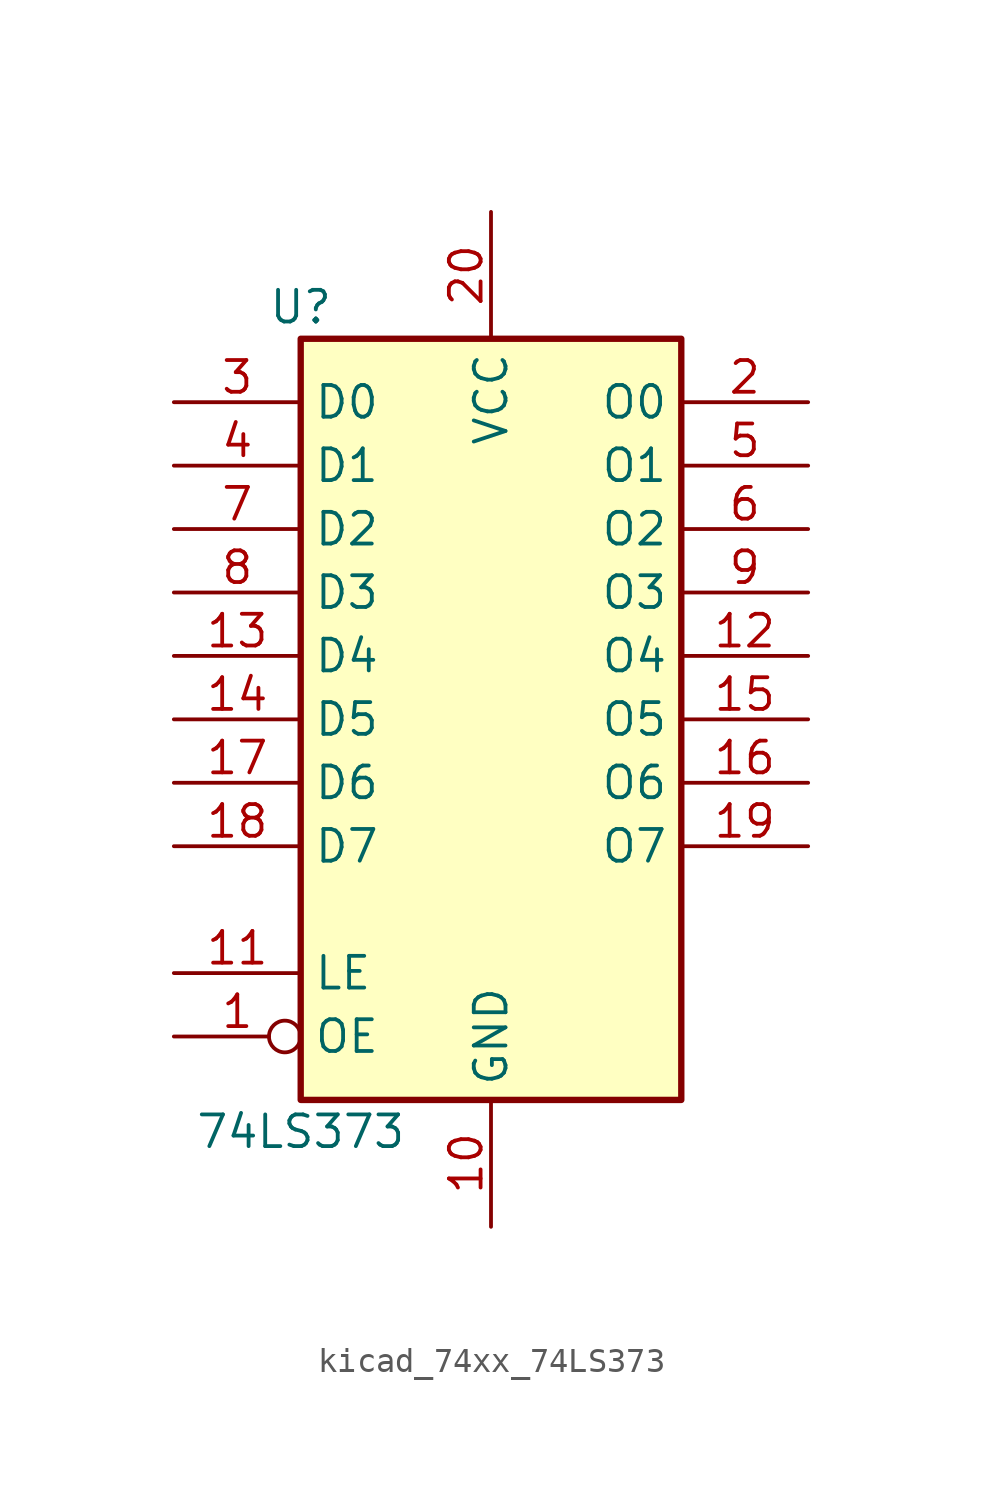
<source format=kicad_sym>
(kicad_symbol_lib
  (version 20220914)
  (generator kicad_symbol_editor)
  (symbol "kicad_74xx_74LS373"
    (property "Reference" "U"
      (at -7.62 16.51 0)
      (effects (font (size 1.27 1.27))))
    (property "Value" "74LS373"
      (at -7.62 -16.51 0)
      (effects (font (size 1.27 1.27))))
    (symbol "kicad_74xx_74LS373_1_0"
      (pin input inverted (at -12.7 -12.7 0) (length 5.08) (name "OE" (effects (font (size 1.27 1.27)))) (number "1" (effects (font (size 1.27 1.27)))))
      (pin power_in line (at 0 -20.32 90) (length 5.08) (name "GND" (effects (font (size 1.27 1.27)))) (number "10" (effects (font (size 1.27 1.27)))))
      (pin input line (at -12.7 -10.16 0) (length 5.08) (name "LE" (effects (font (size 1.27 1.27)))) (number "11" (effects (font (size 1.27 1.27)))))
      (pin tri_state line (at 12.7 2.54 180) (length 5.08) (name "O4" (effects (font (size 1.27 1.27)))) (number "12" (effects (font (size 1.27 1.27)))))
      (pin input line (at -12.7 2.54 0) (length 5.08) (name "D4" (effects (font (size 1.27 1.27)))) (number "13" (effects (font (size 1.27 1.27)))))
      (pin input line (at -12.7 0 0) (length 5.08) (name "D5" (effects (font (size 1.27 1.27)))) (number "14" (effects (font (size 1.27 1.27)))))
      (pin tri_state line (at 12.7 0 180) (length 5.08) (name "O5" (effects (font (size 1.27 1.27)))) (number "15" (effects (font (size 1.27 1.27)))))
      (pin tri_state line (at 12.7 -2.54 180) (length 5.08) (name "O6" (effects (font (size 1.27 1.27)))) (number "16" (effects (font (size 1.27 1.27)))))
      (pin input line (at -12.7 -2.54 0) (length 5.08) (name "D6" (effects (font (size 1.27 1.27)))) (number "17" (effects (font (size 1.27 1.27)))))
      (pin input line (at -12.7 -5.08 0) (length 5.08) (name "D7" (effects (font (size 1.27 1.27)))) (number "18" (effects (font (size 1.27 1.27)))))
      (pin tri_state line (at 12.7 -5.08 180) (length 5.08) (name "O7" (effects (font (size 1.27 1.27)))) (number "19" (effects (font (size 1.27 1.27)))))
      (pin tri_state line (at 12.7 12.7 180) (length 5.08) (name "O0" (effects (font (size 1.27 1.27)))) (number "2" (effects (font (size 1.27 1.27)))))
      (pin power_in line (at 0 20.32 270) (length 5.08) (name "VCC" (effects (font (size 1.27 1.27)))) (number "20" (effects (font (size 1.27 1.27)))))
      (pin input line (at -12.7 12.7 0) (length 5.08) (name "D0" (effects (font (size 1.27 1.27)))) (number "3" (effects (font (size 1.27 1.27)))))
      (pin input line (at -12.7 10.16 0) (length 5.08) (name "D1" (effects (font (size 1.27 1.27)))) (number "4" (effects (font (size 1.27 1.27)))))
      (pin tri_state line (at 12.7 10.16 180) (length 5.08) (name "O1" (effects (font (size 1.27 1.27)))) (number "5" (effects (font (size 1.27 1.27)))))
      (pin tri_state line (at 12.7 7.62 180) (length 5.08) (name "O2" (effects (font (size 1.27 1.27)))) (number "6" (effects (font (size 1.27 1.27)))))
      (pin input line (at -12.7 7.62 0) (length 5.08) (name "D2" (effects (font (size 1.27 1.27)))) (number "7" (effects (font (size 1.27 1.27)))))
      (pin input line (at -12.7 5.08 0) (length 5.08) (name "D3" (effects (font (size 1.27 1.27)))) (number "8" (effects (font (size 1.27 1.27)))))
      (pin tri_state line (at 12.7 5.08 180) (length 5.08) (name "O3" (effects (font (size 1.27 1.27)))) (number "9" (effects (font (size 1.27 1.27))))))
    (symbol "kicad_74xx_74LS373_1_1"
      (rectangle (start -7.62 15.24) (end 7.62 -15.24) (stroke (width 0.254) (type default)) (fill (type background))))))
</source>
